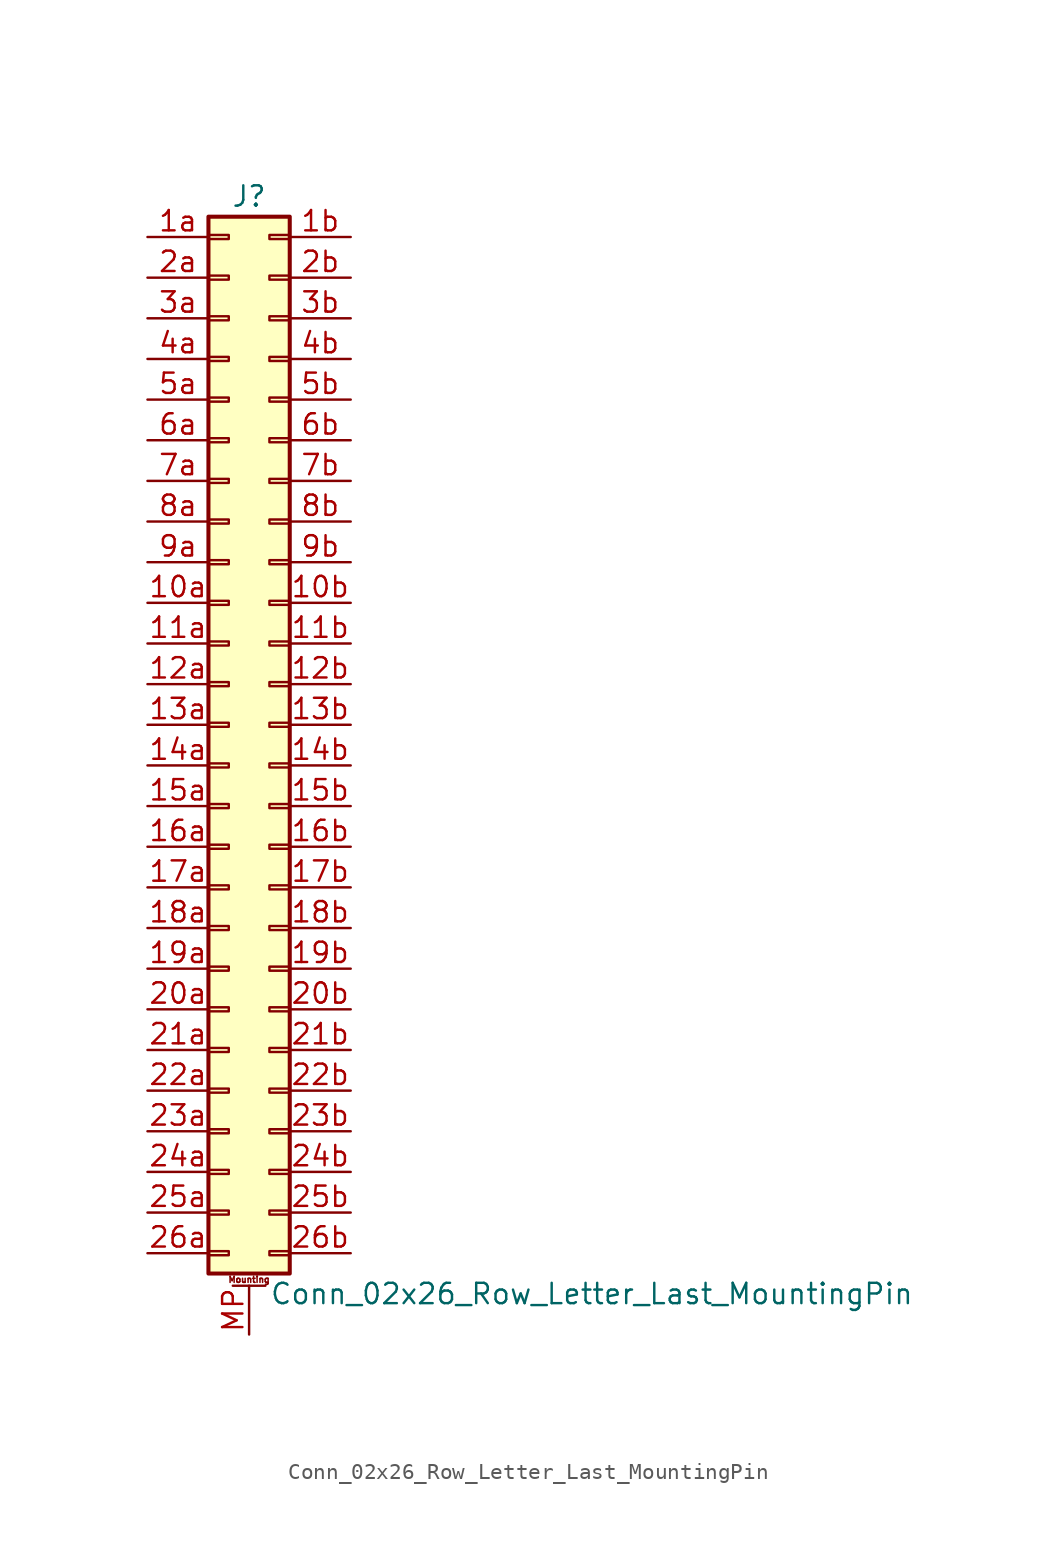
<source format=kicad_sym>
(kicad_symbol_lib
  (version 20201005)
  (generator kicad_symbol_editor)
  (symbol "Conn_02x26_Row_Letter_Last_MountingPin"
    (pin_names
      (offset 1.016) hide)
    (property "Reference" "J"
      (at 1.27 33.02 0)
      (effects (font (size 1.27 1.27))))
    (property "Value" "Conn_02x26_Row_Letter_Last_MountingPin"
      (at 2.54 -35.56 0)
      (effects (font (size 1.27 1.27)) (justify left)))
    (symbol "Conn_02x26_Row_Letter_Last_MountingPin_1_1"
      (text "Mounting" (at 1.27 -34.671 0) (effects (font (size 0.381 0.381))))
      (rectangle (start -1.27 -32.893) (end 0 -33.147) (stroke (width 0.152)) (fill (type none)))
      (rectangle (start -1.27 -30.353) (end 0 -30.607) (stroke (width 0.152)) (fill (type none)))
      (rectangle (start -1.27 -27.813) (end 0 -28.067) (stroke (width 0.152)) (fill (type none)))
      (rectangle (start -1.27 -25.273) (end 0 -25.527) (stroke (width 0.152)) (fill (type none)))
      (rectangle (start -1.27 -22.733) (end 0 -22.987) (stroke (width 0.152)) (fill (type none)))
      (rectangle (start -1.27 -20.193) (end 0 -20.447) (stroke (width 0.152)) (fill (type none)))
      (rectangle (start -1.27 -17.653) (end 0 -17.907) (stroke (width 0.152)) (fill (type none)))
      (rectangle (start -1.27 -15.113) (end 0 -15.367) (stroke (width 0.152)) (fill (type none)))
      (rectangle (start -1.27 -12.573) (end 0 -12.827) (stroke (width 0.152)) (fill (type none)))
      (rectangle (start -1.27 -10.033) (end 0 -10.287) (stroke (width 0.152)) (fill (type none)))
      (rectangle (start -1.27 -7.493) (end 0 -7.747) (stroke (width 0.152)) (fill (type none)))
      (rectangle (start -1.27 -4.953) (end 0 -5.207) (stroke (width 0.152)) (fill (type none)))
      (rectangle (start -1.27 -2.413) (end 0 -2.667) (stroke (width 0.152)) (fill (type none)))
      (rectangle (start -1.27 0.127) (end 0 -0.127) (stroke (width 0.152)) (fill (type none)))
      (rectangle (start -1.27 2.667) (end 0 2.413) (stroke (width 0.152)) (fill (type none)))
      (rectangle (start -1.27 5.207) (end 0 4.953) (stroke (width 0.152)) (fill (type none)))
      (rectangle (start -1.27 7.747) (end 0 7.493) (stroke (width 0.152)) (fill (type none)))
      (rectangle (start -1.27 10.287) (end 0 10.033) (stroke (width 0.152)) (fill (type none)))
      (rectangle (start -1.27 12.827) (end 0 12.573) (stroke (width 0.152)) (fill (type none)))
      (rectangle (start -1.27 15.367) (end 0 15.113) (stroke (width 0.152)) (fill (type none)))
      (rectangle (start -1.27 17.907) (end 0 17.653) (stroke (width 0.152)) (fill (type none)))
      (rectangle (start -1.27 20.447) (end 0 20.193) (stroke (width 0.152)) (fill (type none)))
      (rectangle (start -1.27 22.987) (end 0 22.733) (stroke (width 0.152)) (fill (type none)))
      (rectangle (start -1.27 25.527) (end 0 25.273) (stroke (width 0.152)) (fill (type none)))
      (rectangle (start -1.27 28.067) (end 0 27.813) (stroke (width 0.152)) (fill (type none)))
      (rectangle (start -1.27 30.607) (end 0 30.353) (stroke (width 0.152)) (fill (type none)))
      (rectangle (start -1.27 31.75) (end 3.81 -34.29) (stroke (width 0.254)) (fill (type background)))
      (rectangle (start 3.81 -32.893) (end 2.54 -33.147) (stroke (width 0.152)) (fill (type none)))
      (rectangle (start 3.81 -30.353) (end 2.54 -30.607) (stroke (width 0.152)) (fill (type none)))
      (rectangle (start 3.81 -27.813) (end 2.54 -28.067) (stroke (width 0.152)) (fill (type none)))
      (rectangle (start 3.81 -25.273) (end 2.54 -25.527) (stroke (width 0.152)) (fill (type none)))
      (rectangle (start 3.81 -22.733) (end 2.54 -22.987) (stroke (width 0.152)) (fill (type none)))
      (rectangle (start 3.81 -20.193) (end 2.54 -20.447) (stroke (width 0.152)) (fill (type none)))
      (rectangle (start 3.81 -17.653) (end 2.54 -17.907) (stroke (width 0.152)) (fill (type none)))
      (rectangle (start 3.81 -15.113) (end 2.54 -15.367) (stroke (width 0.152)) (fill (type none)))
      (rectangle (start 3.81 -12.573) (end 2.54 -12.827) (stroke (width 0.152)) (fill (type none)))
      (rectangle (start 3.81 -10.033) (end 2.54 -10.287) (stroke (width 0.152)) (fill (type none)))
      (rectangle (start 3.81 -7.493) (end 2.54 -7.747) (stroke (width 0.152)) (fill (type none)))
      (rectangle (start 3.81 -4.953) (end 2.54 -5.207) (stroke (width 0.152)) (fill (type none)))
      (rectangle (start 3.81 -2.413) (end 2.54 -2.667) (stroke (width 0.152)) (fill (type none)))
      (rectangle (start 3.81 0.127) (end 2.54 -0.127) (stroke (width 0.152)) (fill (type none)))
      (rectangle (start 3.81 2.667) (end 2.54 2.413) (stroke (width 0.152)) (fill (type none)))
      (rectangle (start 3.81 5.207) (end 2.54 4.953) (stroke (width 0.152)) (fill (type none)))
      (rectangle (start 3.81 7.747) (end 2.54 7.493) (stroke (width 0.152)) (fill (type none)))
      (rectangle (start 3.81 10.287) (end 2.54 10.033) (stroke (width 0.152)) (fill (type none)))
      (rectangle (start 3.81 12.827) (end 2.54 12.573) (stroke (width 0.152)) (fill (type none)))
      (rectangle (start 3.81 15.367) (end 2.54 15.113) (stroke (width 0.152)) (fill (type none)))
      (rectangle (start 3.81 17.907) (end 2.54 17.653) (stroke (width 0.152)) (fill (type none)))
      (rectangle (start 3.81 20.447) (end 2.54 20.193) (stroke (width 0.152)) (fill (type none)))
      (rectangle (start 3.81 22.987) (end 2.54 22.733) (stroke (width 0.152)) (fill (type none)))
      (rectangle (start 3.81 25.527) (end 2.54 25.273) (stroke (width 0.152)) (fill (type none)))
      (rectangle (start 3.81 28.067) (end 2.54 27.813) (stroke (width 0.152)) (fill (type none)))
      (rectangle (start 3.81 30.607) (end 2.54 30.353) (stroke (width 0.152)) (fill (type none)))
      (polyline (pts (xy 0.254 -35.052) (xy 2.286 -35.052)) (stroke (width 0.152)) (fill (type none)))
      (pin passive line (at -5.08 7.62 0) (length 3.81) (name "Pin_10a" (effects (font (size 1.27 1.27)))) (number "10a" (effects (font (size 1.27 1.27)))))
      (pin passive line (at 7.62 7.62 180) (length 3.81) (name "Pin_10b" (effects (font (size 1.27 1.27)))) (number "10b" (effects (font (size 1.27 1.27)))))
      (pin passive line (at -5.08 5.08 0) (length 3.81) (name "Pin_11a" (effects (font (size 1.27 1.27)))) (number "11a" (effects (font (size 1.27 1.27)))))
      (pin passive line (at 7.62 5.08 180) (length 3.81) (name "Pin_11b" (effects (font (size 1.27 1.27)))) (number "11b" (effects (font (size 1.27 1.27)))))
      (pin passive line (at -5.08 2.54 0) (length 3.81) (name "Pin_12a" (effects (font (size 1.27 1.27)))) (number "12a" (effects (font (size 1.27 1.27)))))
      (pin passive line (at 7.62 2.54 180) (length 3.81) (name "Pin_12b" (effects (font (size 1.27 1.27)))) (number "12b" (effects (font (size 1.27 1.27)))))
      (pin passive line (at -5.08 0 0) (length 3.81) (name "Pin_13a" (effects (font (size 1.27 1.27)))) (number "13a" (effects (font (size 1.27 1.27)))))
      (pin passive line (at 7.62 0 180) (length 3.81) (name "Pin_13b" (effects (font (size 1.27 1.27)))) (number "13b" (effects (font (size 1.27 1.27)))))
      (pin passive line (at -5.08 -2.54 0) (length 3.81) (name "Pin_14a" (effects (font (size 1.27 1.27)))) (number "14a" (effects (font (size 1.27 1.27)))))
      (pin passive line (at 7.62 -2.54 180) (length 3.81) (name "Pin_14b" (effects (font (size 1.27 1.27)))) (number "14b" (effects (font (size 1.27 1.27)))))
      (pin passive line (at -5.08 -5.08 0) (length 3.81) (name "Pin_15a" (effects (font (size 1.27 1.27)))) (number "15a" (effects (font (size 1.27 1.27)))))
      (pin passive line (at 7.62 -5.08 180) (length 3.81) (name "Pin_15b" (effects (font (size 1.27 1.27)))) (number "15b" (effects (font (size 1.27 1.27)))))
      (pin passive line (at -5.08 -7.62 0) (length 3.81) (name "Pin_16a" (effects (font (size 1.27 1.27)))) (number "16a" (effects (font (size 1.27 1.27)))))
      (pin passive line (at 7.62 -7.62 180) (length 3.81) (name "Pin_16b" (effects (font (size 1.27 1.27)))) (number "16b" (effects (font (size 1.27 1.27)))))
      (pin passive line (at -5.08 -10.16 0) (length 3.81) (name "Pin_17a" (effects (font (size 1.27 1.27)))) (number "17a" (effects (font (size 1.27 1.27)))))
      (pin passive line (at 7.62 -10.16 180) (length 3.81) (name "Pin_17b" (effects (font (size 1.27 1.27)))) (number "17b" (effects (font (size 1.27 1.27)))))
      (pin passive line (at -5.08 -12.7 0) (length 3.81) (name "Pin_18a" (effects (font (size 1.27 1.27)))) (number "18a" (effects (font (size 1.27 1.27)))))
      (pin passive line (at 7.62 -12.7 180) (length 3.81) (name "Pin_18b" (effects (font (size 1.27 1.27)))) (number "18b" (effects (font (size 1.27 1.27)))))
      (pin passive line (at -5.08 -15.24 0) (length 3.81) (name "Pin_19a" (effects (font (size 1.27 1.27)))) (number "19a" (effects (font (size 1.27 1.27)))))
      (pin passive line (at 7.62 -15.24 180) (length 3.81) (name "Pin_19b" (effects (font (size 1.27 1.27)))) (number "19b" (effects (font (size 1.27 1.27)))))
      (pin passive line (at -5.08 30.48 0) (length 3.81) (name "Pin_1a" (effects (font (size 1.27 1.27)))) (number "1a" (effects (font (size 1.27 1.27)))))
      (pin passive line (at 7.62 30.48 180) (length 3.81) (name "Pin_1b" (effects (font (size 1.27 1.27)))) (number "1b" (effects (font (size 1.27 1.27)))))
      (pin passive line (at -5.08 -17.78 0) (length 3.81) (name "Pin_20a" (effects (font (size 1.27 1.27)))) (number "20a" (effects (font (size 1.27 1.27)))))
      (pin passive line (at 7.62 -17.78 180) (length 3.81) (name "Pin_20b" (effects (font (size 1.27 1.27)))) (number "20b" (effects (font (size 1.27 1.27)))))
      (pin passive line (at -5.08 -20.32 0) (length 3.81) (name "Pin_21a" (effects (font (size 1.27 1.27)))) (number "21a" (effects (font (size 1.27 1.27)))))
      (pin passive line (at 7.62 -20.32 180) (length 3.81) (name "Pin_21b" (effects (font (size 1.27 1.27)))) (number "21b" (effects (font (size 1.27 1.27)))))
      (pin passive line (at -5.08 -22.86 0) (length 3.81) (name "Pin_22a" (effects (font (size 1.27 1.27)))) (number "22a" (effects (font (size 1.27 1.27)))))
      (pin passive line (at 7.62 -22.86 180) (length 3.81) (name "Pin_22b" (effects (font (size 1.27 1.27)))) (number "22b" (effects (font (size 1.27 1.27)))))
      (pin passive line (at -5.08 -25.4 0) (length 3.81) (name "Pin_23a" (effects (font (size 1.27 1.27)))) (number "23a" (effects (font (size 1.27 1.27)))))
      (pin passive line (at 7.62 -25.4 180) (length 3.81) (name "Pin_23b" (effects (font (size 1.27 1.27)))) (number "23b" (effects (font (size 1.27 1.27)))))
      (pin passive line (at -5.08 -27.94 0) (length 3.81) (name "Pin_24a" (effects (font (size 1.27 1.27)))) (number "24a" (effects (font (size 1.27 1.27)))))
      (pin passive line (at 7.62 -27.94 180) (length 3.81) (name "Pin_24b" (effects (font (size 1.27 1.27)))) (number "24b" (effects (font (size 1.27 1.27)))))
      (pin passive line (at -5.08 -30.48 0) (length 3.81) (name "Pin_25a" (effects (font (size 1.27 1.27)))) (number "25a" (effects (font (size 1.27 1.27)))))
      (pin passive line (at 7.62 -30.48 180) (length 3.81) (name "Pin_25b" (effects (font (size 1.27 1.27)))) (number "25b" (effects (font (size 1.27 1.27)))))
      (pin passive line (at -5.08 -33.02 0) (length 3.81) (name "Pin_26a" (effects (font (size 1.27 1.27)))) (number "26a" (effects (font (size 1.27 1.27)))))
      (pin passive line (at 7.62 -33.02 180) (length 3.81) (name "Pin_26b" (effects (font (size 1.27 1.27)))) (number "26b" (effects (font (size 1.27 1.27)))))
      (pin passive line (at -5.08 27.94 0) (length 3.81) (name "Pin_2a" (effects (font (size 1.27 1.27)))) (number "2a" (effects (font (size 1.27 1.27)))))
      (pin passive line (at 7.62 27.94 180) (length 3.81) (name "Pin_2b" (effects (font (size 1.27 1.27)))) (number "2b" (effects (font (size 1.27 1.27)))))
      (pin passive line (at -5.08 25.4 0) (length 3.81) (name "Pin_3a" (effects (font (size 1.27 1.27)))) (number "3a" (effects (font (size 1.27 1.27)))))
      (pin passive line (at 7.62 25.4 180) (length 3.81) (name "Pin_3b" (effects (font (size 1.27 1.27)))) (number "3b" (effects (font (size 1.27 1.27)))))
      (pin passive line (at -5.08 22.86 0) (length 3.81) (name "Pin_4a" (effects (font (size 1.27 1.27)))) (number "4a" (effects (font (size 1.27 1.27)))))
      (pin passive line (at 7.62 22.86 180) (length 3.81) (name "Pin_4b" (effects (font (size 1.27 1.27)))) (number "4b" (effects (font (size 1.27 1.27)))))
      (pin passive line (at -5.08 20.32 0) (length 3.81) (name "Pin_5a" (effects (font (size 1.27 1.27)))) (number "5a" (effects (font (size 1.27 1.27)))))
      (pin passive line (at 7.62 20.32 180) (length 3.81) (name "Pin_5b" (effects (font (size 1.27 1.27)))) (number "5b" (effects (font (size 1.27 1.27)))))
      (pin passive line (at -5.08 17.78 0) (length 3.81) (name "Pin_6a" (effects (font (size 1.27 1.27)))) (number "6a" (effects (font (size 1.27 1.27)))))
      (pin passive line (at 7.62 17.78 180) (length 3.81) (name "Pin_6b" (effects (font (size 1.27 1.27)))) (number "6b" (effects (font (size 1.27 1.27)))))
      (pin passive line (at -5.08 15.24 0) (length 3.81) (name "Pin_7a" (effects (font (size 1.27 1.27)))) (number "7a" (effects (font (size 1.27 1.27)))))
      (pin passive line (at 7.62 15.24 180) (length 3.81) (name "Pin_7b" (effects (font (size 1.27 1.27)))) (number "7b" (effects (font (size 1.27 1.27)))))
      (pin passive line (at -5.08 12.7 0) (length 3.81) (name "Pin_8a" (effects (font (size 1.27 1.27)))) (number "8a" (effects (font (size 1.27 1.27)))))
      (pin passive line (at 7.62 12.7 180) (length 3.81) (name "Pin_8b" (effects (font (size 1.27 1.27)))) (number "8b" (effects (font (size 1.27 1.27)))))
      (pin passive line (at -5.08 10.16 0) (length 3.81) (name "Pin_9a" (effects (font (size 1.27 1.27)))) (number "9a" (effects (font (size 1.27 1.27)))))
      (pin passive line (at 7.62 10.16 180) (length 3.81) (name "Pin_9b" (effects (font (size 1.27 1.27)))) (number "9b" (effects (font (size 1.27 1.27)))))
      (pin passive line (at 1.27 -38.1 90) (length 3.048) (name "MountPin" (effects (font (size 1.27 1.27)))) (number "MP" (effects (font (size 1.27 1.27))))))))
</source>
